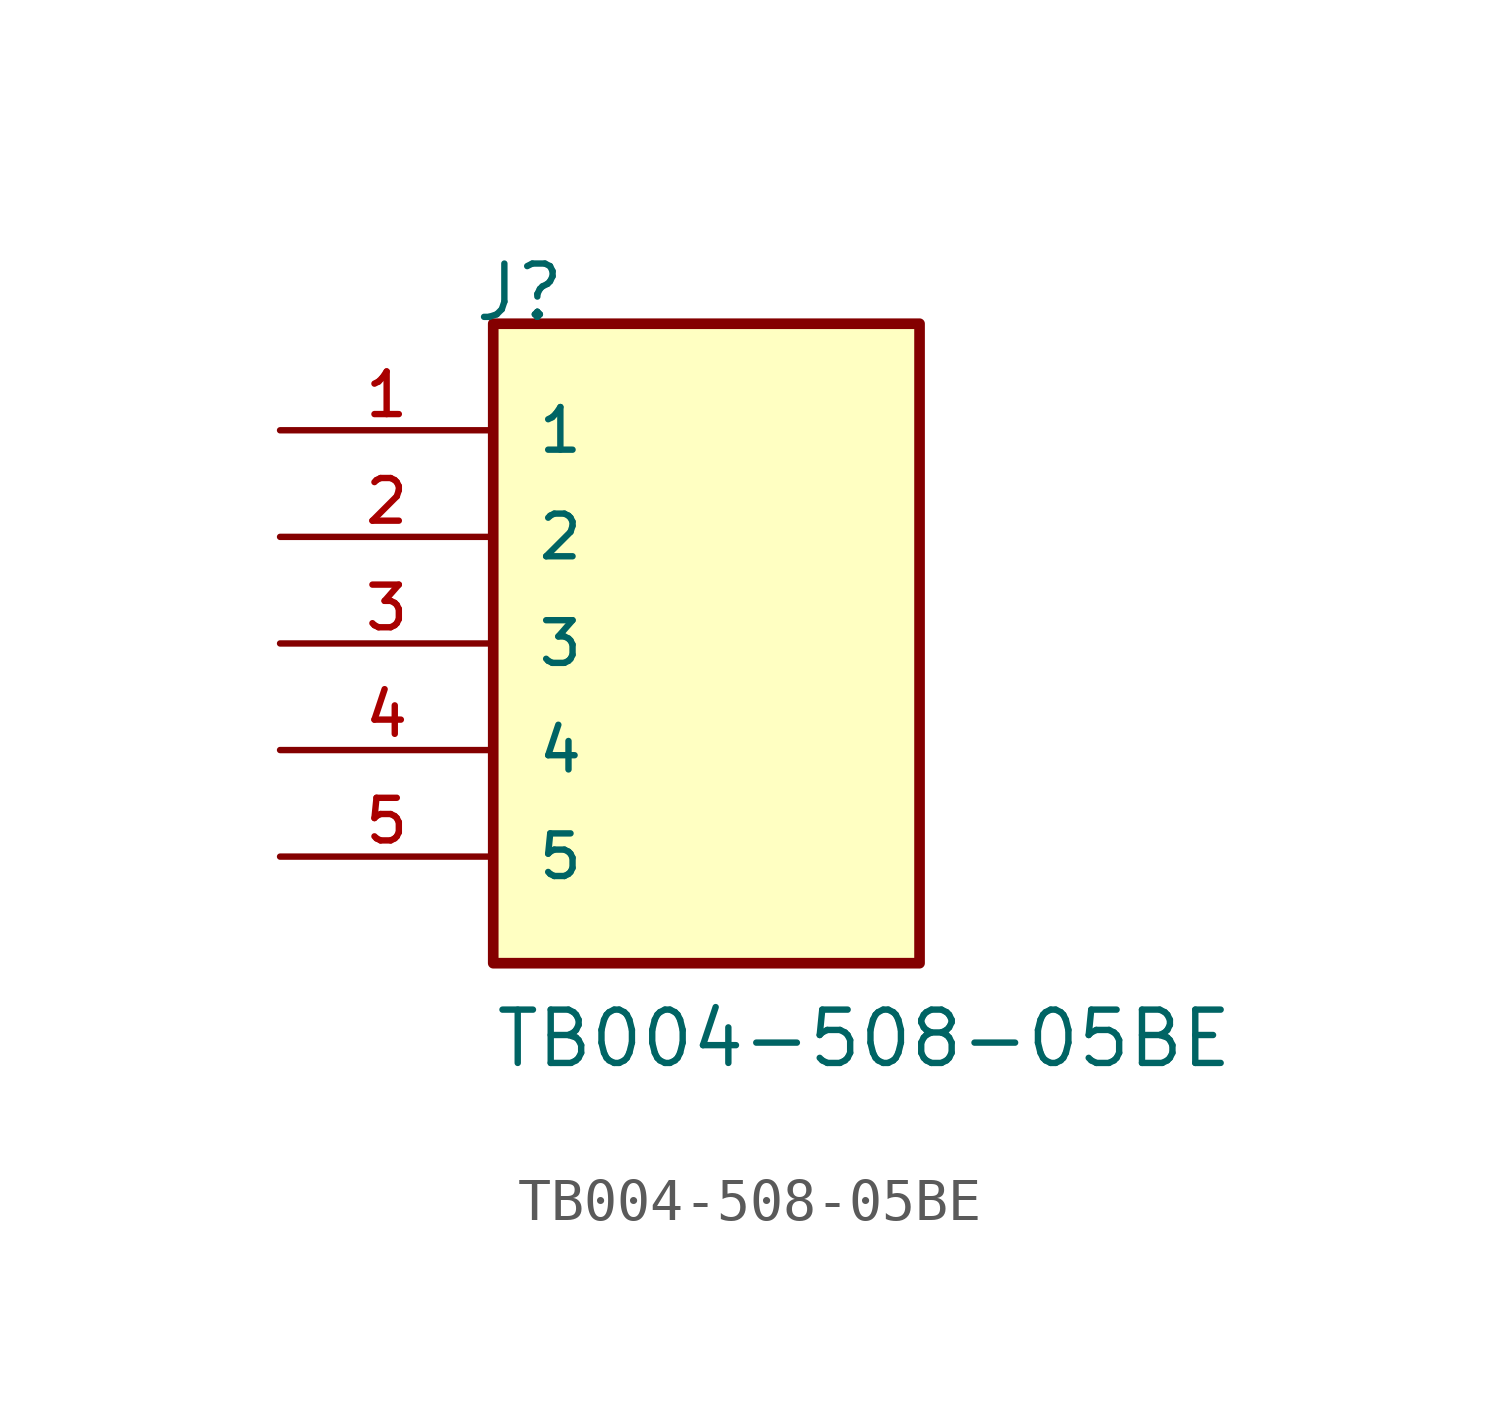
<source format=kicad_sym>
(kicad_symbol_lib
  (version 20211014)
  (generator kicad_symbol_editor)
  (symbol "TB004-508-05BE"
    (pin_names
      (offset 1.016))
    (property "Reference" "J"
      (at -5.58 7.62 0)
      (effects (font (size 1.27 1.27)) (justify bottom left)))
    (property "Value" "TB004-508-05BE"
      (at -5.08 -10.16 0)
      (effects (font (size 1.27 1.27)) (justify bottom left)))
    (symbol "TB004-508-05BE_0_0"
      (rectangle (start -5.08 -7.62) (end 5.08 7.62) (stroke (width 0.254)) (fill (type background)))
      (pin passive line (at -10.16 5.08 0) (length 5.08) (name "1" (effects (font (size 1.016 1.016)))) (number "1" (effects (font (size 1.016 1.016)))))
      (pin passive line (at -10.16 2.54 0) (length 5.08) (name "2" (effects (font (size 1.016 1.016)))) (number "2" (effects (font (size 1.016 1.016)))))
      (pin passive line (at -10.16 0.0 0) (length 5.08) (name "3" (effects (font (size 1.016 1.016)))) (number "3" (effects (font (size 1.016 1.016)))))
      (pin passive line (at -10.16 -2.54 0) (length 5.08) (name "4" (effects (font (size 1.016 1.016)))) (number "4" (effects (font (size 1.016 1.016)))))
      (pin passive line (at -10.16 -5.08 0) (length 5.08) (name "5" (effects (font (size 1.016 1.016)))) (number "5" (effects (font (size 1.016 1.016))))))))
</source>
